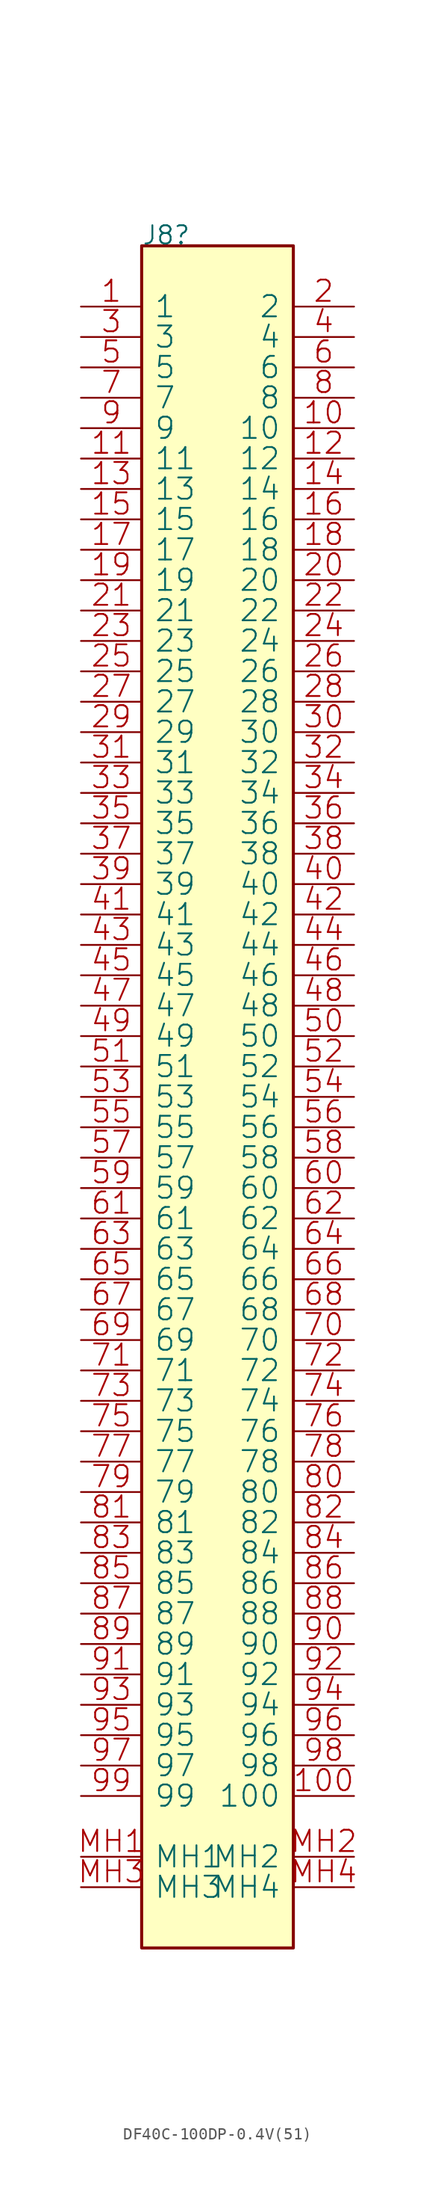
<source format=kicad_sym>
(kicad_symbol_lib
  (version 20231120)
  (generator "kicad_symbol_editor")
  (generator_version "8.0")
  (symbol "DF40C-100DP-0.4V(51)"
    (pin_names
      (offset 1.016))
    (property "Reference" "J8"
      (at 0 0 0)
      (effects (font (size 1.524 1.524)) (justify left bottom)))
    (property "Tolerance" ""
      (at 0 0 0)
      (effects (font (size 1.27 1.27))))
    (property "Power Rating" ""
      (at 0 0 0)
      (effects (font (size 1.27 1.27))))
    (symbol "DF40C-100DP-0.4V(51)_0_1"
      (rectangle (start 0 0) (end 12.7 -142.24) (stroke (width 0.254) (type solid)) (fill (type background)))
      (pin passive line (at -5.08 -5.08 0) (length 5.08) (name "1" (effects (font (size 1.778 1.778)))) (number "1" (effects (font (size 1.778 1.778)))))
      (pin passive line (at 17.78 -15.24 180) (length 5.08) (name "10" (effects (font (size 1.778 1.778)))) (number "10" (effects (font (size 1.778 1.778)))))
      (pin passive line (at 17.78 -129.54 180) (length 5.08) (name "100" (effects (font (size 1.778 1.778)))) (number "100" (effects (font (size 1.778 1.778)))))
      (pin passive line (at -5.08 -17.78 0) (length 5.08) (name "11" (effects (font (size 1.778 1.778)))) (number "11" (effects (font (size 1.778 1.778)))))
      (pin passive line (at 17.78 -17.78 180) (length 5.08) (name "12" (effects (font (size 1.778 1.778)))) (number "12" (effects (font (size 1.778 1.778)))))
      (pin passive line (at -5.08 -20.32 0) (length 5.08) (name "13" (effects (font (size 1.778 1.778)))) (number "13" (effects (font (size 1.778 1.778)))))
      (pin passive line (at 17.78 -20.32 180) (length 5.08) (name "14" (effects (font (size 1.778 1.778)))) (number "14" (effects (font (size 1.778 1.778)))))
      (pin passive line (at -5.08 -22.86 0) (length 5.08) (name "15" (effects (font (size 1.778 1.778)))) (number "15" (effects (font (size 1.778 1.778)))))
      (pin passive line (at 17.78 -22.86 180) (length 5.08) (name "16" (effects (font (size 1.778 1.778)))) (number "16" (effects (font (size 1.778 1.778)))))
      (pin passive line (at -5.08 -25.4 0) (length 5.08) (name "17" (effects (font (size 1.778 1.778)))) (number "17" (effects (font (size 1.778 1.778)))))
      (pin passive line (at 17.78 -25.4 180) (length 5.08) (name "18" (effects (font (size 1.778 1.778)))) (number "18" (effects (font (size 1.778 1.778)))))
      (pin passive line (at -5.08 -27.94 0) (length 5.08) (name "19" (effects (font (size 1.778 1.778)))) (number "19" (effects (font (size 1.778 1.778)))))
      (pin passive line (at 17.78 -5.08 180) (length 5.08) (name "2" (effects (font (size 1.778 1.778)))) (number "2" (effects (font (size 1.778 1.778)))))
      (pin passive line (at 17.78 -27.94 180) (length 5.08) (name "20" (effects (font (size 1.778 1.778)))) (number "20" (effects (font (size 1.778 1.778)))))
      (pin passive line (at -5.08 -30.48 0) (length 5.08) (name "21" (effects (font (size 1.778 1.778)))) (number "21" (effects (font (size 1.778 1.778)))))
      (pin passive line (at 17.78 -30.48 180) (length 5.08) (name "22" (effects (font (size 1.778 1.778)))) (number "22" (effects (font (size 1.778 1.778)))))
      (pin passive line (at -5.08 -33.02 0) (length 5.08) (name "23" (effects (font (size 1.778 1.778)))) (number "23" (effects (font (size 1.778 1.778)))))
      (pin passive line (at 17.78 -33.02 180) (length 5.08) (name "24" (effects (font (size 1.778 1.778)))) (number "24" (effects (font (size 1.778 1.778)))))
      (pin passive line (at -5.08 -35.56 0) (length 5.08) (name "25" (effects (font (size 1.778 1.778)))) (number "25" (effects (font (size 1.778 1.778)))))
      (pin passive line (at 17.78 -35.56 180) (length 5.08) (name "26" (effects (font (size 1.778 1.778)))) (number "26" (effects (font (size 1.778 1.778)))))
      (pin passive line (at -5.08 -38.1 0) (length 5.08) (name "27" (effects (font (size 1.778 1.778)))) (number "27" (effects (font (size 1.778 1.778)))))
      (pin passive line (at 17.78 -38.1 180) (length 5.08) (name "28" (effects (font (size 1.778 1.778)))) (number "28" (effects (font (size 1.778 1.778)))))
      (pin passive line (at -5.08 -40.64 0) (length 5.08) (name "29" (effects (font (size 1.778 1.778)))) (number "29" (effects (font (size 1.778 1.778)))))
      (pin passive line (at -5.08 -7.62 0) (length 5.08) (name "3" (effects (font (size 1.778 1.778)))) (number "3" (effects (font (size 1.778 1.778)))))
      (pin passive line (at 17.78 -40.64 180) (length 5.08) (name "30" (effects (font (size 1.778 1.778)))) (number "30" (effects (font (size 1.778 1.778)))))
      (pin passive line (at -5.08 -43.18 0) (length 5.08) (name "31" (effects (font (size 1.778 1.778)))) (number "31" (effects (font (size 1.778 1.778)))))
      (pin passive line (at 17.78 -43.18 180) (length 5.08) (name "32" (effects (font (size 1.778 1.778)))) (number "32" (effects (font (size 1.778 1.778)))))
      (pin passive line (at -5.08 -45.72 0) (length 5.08) (name "33" (effects (font (size 1.778 1.778)))) (number "33" (effects (font (size 1.778 1.778)))))
      (pin passive line (at 17.78 -45.72 180) (length 5.08) (name "34" (effects (font (size 1.778 1.778)))) (number "34" (effects (font (size 1.778 1.778)))))
      (pin passive line (at -5.08 -48.26 0) (length 5.08) (name "35" (effects (font (size 1.778 1.778)))) (number "35" (effects (font (size 1.778 1.778)))))
      (pin passive line (at 17.78 -48.26 180) (length 5.08) (name "36" (effects (font (size 1.778 1.778)))) (number "36" (effects (font (size 1.778 1.778)))))
      (pin passive line (at -5.08 -50.8 0) (length 5.08) (name "37" (effects (font (size 1.778 1.778)))) (number "37" (effects (font (size 1.778 1.778)))))
      (pin passive line (at 17.78 -50.8 180) (length 5.08) (name "38" (effects (font (size 1.778 1.778)))) (number "38" (effects (font (size 1.778 1.778)))))
      (pin passive line (at -5.08 -53.34 0) (length 5.08) (name "39" (effects (font (size 1.778 1.778)))) (number "39" (effects (font (size 1.778 1.778)))))
      (pin passive line (at 17.78 -7.62 180) (length 5.08) (name "4" (effects (font (size 1.778 1.778)))) (number "4" (effects (font (size 1.778 1.778)))))
      (pin passive line (at 17.78 -53.34 180) (length 5.08) (name "40" (effects (font (size 1.778 1.778)))) (number "40" (effects (font (size 1.778 1.778)))))
      (pin passive line (at -5.08 -55.88 0) (length 5.08) (name "41" (effects (font (size 1.778 1.778)))) (number "41" (effects (font (size 1.778 1.778)))))
      (pin passive line (at 17.78 -55.88 180) (length 5.08) (name "42" (effects (font (size 1.778 1.778)))) (number "42" (effects (font (size 1.778 1.778)))))
      (pin passive line (at -5.08 -58.42 0) (length 5.08) (name "43" (effects (font (size 1.778 1.778)))) (number "43" (effects (font (size 1.778 1.778)))))
      (pin passive line (at 17.78 -58.42 180) (length 5.08) (name "44" (effects (font (size 1.778 1.778)))) (number "44" (effects (font (size 1.778 1.778)))))
      (pin passive line (at -5.08 -60.96 0) (length 5.08) (name "45" (effects (font (size 1.778 1.778)))) (number "45" (effects (font (size 1.778 1.778)))))
      (pin passive line (at 17.78 -60.96 180) (length 5.08) (name "46" (effects (font (size 1.778 1.778)))) (number "46" (effects (font (size 1.778 1.778)))))
      (pin passive line (at -5.08 -63.5 0) (length 5.08) (name "47" (effects (font (size 1.778 1.778)))) (number "47" (effects (font (size 1.778 1.778)))))
      (pin passive line (at 17.78 -63.5 180) (length 5.08) (name "48" (effects (font (size 1.778 1.778)))) (number "48" (effects (font (size 1.778 1.778)))))
      (pin passive line (at -5.08 -66.04 0) (length 5.08) (name "49" (effects (font (size 1.778 1.778)))) (number "49" (effects (font (size 1.778 1.778)))))
      (pin passive line (at -5.08 -10.16 0) (length 5.08) (name "5" (effects (font (size 1.778 1.778)))) (number "5" (effects (font (size 1.778 1.778)))))
      (pin passive line (at 17.78 -66.04 180) (length 5.08) (name "50" (effects (font (size 1.778 1.778)))) (number "50" (effects (font (size 1.778 1.778)))))
      (pin passive line (at -5.08 -68.58 0) (length 5.08) (name "51" (effects (font (size 1.778 1.778)))) (number "51" (effects (font (size 1.778 1.778)))))
      (pin passive line (at 17.78 -68.58 180) (length 5.08) (name "52" (effects (font (size 1.778 1.778)))) (number "52" (effects (font (size 1.778 1.778)))))
      (pin passive line (at -5.08 -71.12 0) (length 5.08) (name "53" (effects (font (size 1.778 1.778)))) (number "53" (effects (font (size 1.778 1.778)))))
      (pin passive line (at 17.78 -71.12 180) (length 5.08) (name "54" (effects (font (size 1.778 1.778)))) (number "54" (effects (font (size 1.778 1.778)))))
      (pin passive line (at -5.08 -73.66 0) (length 5.08) (name "55" (effects (font (size 1.778 1.778)))) (number "55" (effects (font (size 1.778 1.778)))))
      (pin passive line (at 17.78 -73.66 180) (length 5.08) (name "56" (effects (font (size 1.778 1.778)))) (number "56" (effects (font (size 1.778 1.778)))))
      (pin passive line (at -5.08 -76.2 0) (length 5.08) (name "57" (effects (font (size 1.778 1.778)))) (number "57" (effects (font (size 1.778 1.778)))))
      (pin passive line (at 17.78 -76.2 180) (length 5.08) (name "58" (effects (font (size 1.778 1.778)))) (number "58" (effects (font (size 1.778 1.778)))))
      (pin passive line (at -5.08 -78.74 0) (length 5.08) (name "59" (effects (font (size 1.778 1.778)))) (number "59" (effects (font (size 1.778 1.778)))))
      (pin passive line (at 17.78 -10.16 180) (length 5.08) (name "6" (effects (font (size 1.778 1.778)))) (number "6" (effects (font (size 1.778 1.778)))))
      (pin passive line (at 17.78 -78.74 180) (length 5.08) (name "60" (effects (font (size 1.778 1.778)))) (number "60" (effects (font (size 1.778 1.778)))))
      (pin passive line (at -5.08 -81.28 0) (length 5.08) (name "61" (effects (font (size 1.778 1.778)))) (number "61" (effects (font (size 1.778 1.778)))))
      (pin passive line (at 17.78 -81.28 180) (length 5.08) (name "62" (effects (font (size 1.778 1.778)))) (number "62" (effects (font (size 1.778 1.778)))))
      (pin passive line (at -5.08 -83.82 0) (length 5.08) (name "63" (effects (font (size 1.778 1.778)))) (number "63" (effects (font (size 1.778 1.778)))))
      (pin passive line (at 17.78 -83.82 180) (length 5.08) (name "64" (effects (font (size 1.778 1.778)))) (number "64" (effects (font (size 1.778 1.778)))))
      (pin passive line (at -5.08 -86.36 0) (length 5.08) (name "65" (effects (font (size 1.778 1.778)))) (number "65" (effects (font (size 1.778 1.778)))))
      (pin passive line (at 17.78 -86.36 180) (length 5.08) (name "66" (effects (font (size 1.778 1.778)))) (number "66" (effects (font (size 1.778 1.778)))))
      (pin passive line (at -5.08 -88.9 0) (length 5.08) (name "67" (effects (font (size 1.778 1.778)))) (number "67" (effects (font (size 1.778 1.778)))))
      (pin passive line (at 17.78 -88.9 180) (length 5.08) (name "68" (effects (font (size 1.778 1.778)))) (number "68" (effects (font (size 1.778 1.778)))))
      (pin passive line (at -5.08 -91.44 0) (length 5.08) (name "69" (effects (font (size 1.778 1.778)))) (number "69" (effects (font (size 1.778 1.778)))))
      (pin passive line (at -5.08 -12.7 0) (length 5.08) (name "7" (effects (font (size 1.778 1.778)))) (number "7" (effects (font (size 1.778 1.778)))))
      (pin passive line (at 17.78 -91.44 180) (length 5.08) (name "70" (effects (font (size 1.778 1.778)))) (number "70" (effects (font (size 1.778 1.778)))))
      (pin passive line (at -5.08 -93.98 0) (length 5.08) (name "71" (effects (font (size 1.778 1.778)))) (number "71" (effects (font (size 1.778 1.778)))))
      (pin passive line (at 17.78 -93.98 180) (length 5.08) (name "72" (effects (font (size 1.778 1.778)))) (number "72" (effects (font (size 1.778 1.778)))))
      (pin passive line (at -5.08 -96.52 0) (length 5.08) (name "73" (effects (font (size 1.778 1.778)))) (number "73" (effects (font (size 1.778 1.778)))))
      (pin passive line (at 17.78 -96.52 180) (length 5.08) (name "74" (effects (font (size 1.778 1.778)))) (number "74" (effects (font (size 1.778 1.778)))))
      (pin passive line (at -5.08 -99.06 0) (length 5.08) (name "75" (effects (font (size 1.778 1.778)))) (number "75" (effects (font (size 1.778 1.778)))))
      (pin passive line (at 17.78 -99.06 180) (length 5.08) (name "76" (effects (font (size 1.778 1.778)))) (number "76" (effects (font (size 1.778 1.778)))))
      (pin passive line (at -5.08 -101.6 0) (length 5.08) (name "77" (effects (font (size 1.778 1.778)))) (number "77" (effects (font (size 1.778 1.778)))))
      (pin passive line (at 17.78 -101.6 180) (length 5.08) (name "78" (effects (font (size 1.778 1.778)))) (number "78" (effects (font (size 1.778 1.778)))))
      (pin passive line (at -5.08 -104.14 0) (length 5.08) (name "79" (effects (font (size 1.778 1.778)))) (number "79" (effects (font (size 1.778 1.778)))))
      (pin passive line (at 17.78 -12.7 180) (length 5.08) (name "8" (effects (font (size 1.778 1.778)))) (number "8" (effects (font (size 1.778 1.778)))))
      (pin passive line (at 17.78 -104.14 180) (length 5.08) (name "80" (effects (font (size 1.778 1.778)))) (number "80" (effects (font (size 1.778 1.778)))))
      (pin passive line (at -5.08 -106.68 0) (length 5.08) (name "81" (effects (font (size 1.778 1.778)))) (number "81" (effects (font (size 1.778 1.778)))))
      (pin passive line (at 17.78 -106.68 180) (length 5.08) (name "82" (effects (font (size 1.778 1.778)))) (number "82" (effects (font (size 1.778 1.778)))))
      (pin passive line (at -5.08 -109.22 0) (length 5.08) (name "83" (effects (font (size 1.778 1.778)))) (number "83" (effects (font (size 1.778 1.778)))))
      (pin passive line (at 17.78 -109.22 180) (length 5.08) (name "84" (effects (font (size 1.778 1.778)))) (number "84" (effects (font (size 1.778 1.778)))))
      (pin passive line (at -5.08 -111.76 0) (length 5.08) (name "85" (effects (font (size 1.778 1.778)))) (number "85" (effects (font (size 1.778 1.778)))))
      (pin passive line (at 17.78 -111.76 180) (length 5.08) (name "86" (effects (font (size 1.778 1.778)))) (number "86" (effects (font (size 1.778 1.778)))))
      (pin passive line (at -5.08 -114.3 0) (length 5.08) (name "87" (effects (font (size 1.778 1.778)))) (number "87" (effects (font (size 1.778 1.778)))))
      (pin passive line (at 17.78 -114.3 180) (length 5.08) (name "88" (effects (font (size 1.778 1.778)))) (number "88" (effects (font (size 1.778 1.778)))))
      (pin passive line (at -5.08 -116.84 0) (length 5.08) (name "89" (effects (font (size 1.778 1.778)))) (number "89" (effects (font (size 1.778 1.778)))))
      (pin passive line (at -5.08 -15.24 0) (length 5.08) (name "9" (effects (font (size 1.778 1.778)))) (number "9" (effects (font (size 1.778 1.778)))))
      (pin passive line (at 17.78 -116.84 180) (length 5.08) (name "90" (effects (font (size 1.778 1.778)))) (number "90" (effects (font (size 1.778 1.778)))))
      (pin passive line (at -5.08 -119.38 0) (length 5.08) (name "91" (effects (font (size 1.778 1.778)))) (number "91" (effects (font (size 1.778 1.778)))))
      (pin passive line (at 17.78 -119.38 180) (length 5.08) (name "92" (effects (font (size 1.778 1.778)))) (number "92" (effects (font (size 1.778 1.778)))))
      (pin passive line (at -5.08 -121.92 0) (length 5.08) (name "93" (effects (font (size 1.778 1.778)))) (number "93" (effects (font (size 1.778 1.778)))))
      (pin passive line (at 17.78 -121.92 180) (length 5.08) (name "94" (effects (font (size 1.778 1.778)))) (number "94" (effects (font (size 1.778 1.778)))))
      (pin passive line (at -5.08 -124.46 0) (length 5.08) (name "95" (effects (font (size 1.778 1.778)))) (number "95" (effects (font (size 1.778 1.778)))))
      (pin passive line (at 17.78 -124.46 180) (length 5.08) (name "96" (effects (font (size 1.778 1.778)))) (number "96" (effects (font (size 1.778 1.778)))))
      (pin passive line (at -5.08 -127 0) (length 5.08) (name "97" (effects (font (size 1.778 1.778)))) (number "97" (effects (font (size 1.778 1.778)))))
      (pin passive line (at 17.78 -127 180) (length 5.08) (name "98" (effects (font (size 1.778 1.778)))) (number "98" (effects (font (size 1.778 1.778)))))
      (pin passive line (at -5.08 -129.54 0) (length 5.08) (name "99" (effects (font (size 1.778 1.778)))) (number "99" (effects (font (size 1.778 1.778)))))
      (pin passive line (at -5.08 -134.62 0) (length 5.08) (name "MH1" (effects (font (size 1.778 1.778)))) (number "MH1" (effects (font (size 1.778 1.778)))))
      (pin passive line (at 17.78 -134.62 180) (length 5.08) (name "MH2" (effects (font (size 1.778 1.778)))) (number "MH2" (effects (font (size 1.778 1.778)))))
      (pin passive line (at -5.08 -137.16 0) (length 5.08) (name "MH3" (effects (font (size 1.778 1.778)))) (number "MH3" (effects (font (size 1.778 1.778)))))
      (pin passive line (at 17.78 -137.16 180) (length 5.08) (name "MH4" (effects (font (size 1.778 1.778)))) (number "MH4" (effects (font (size 1.778 1.778))))))))
</source>
